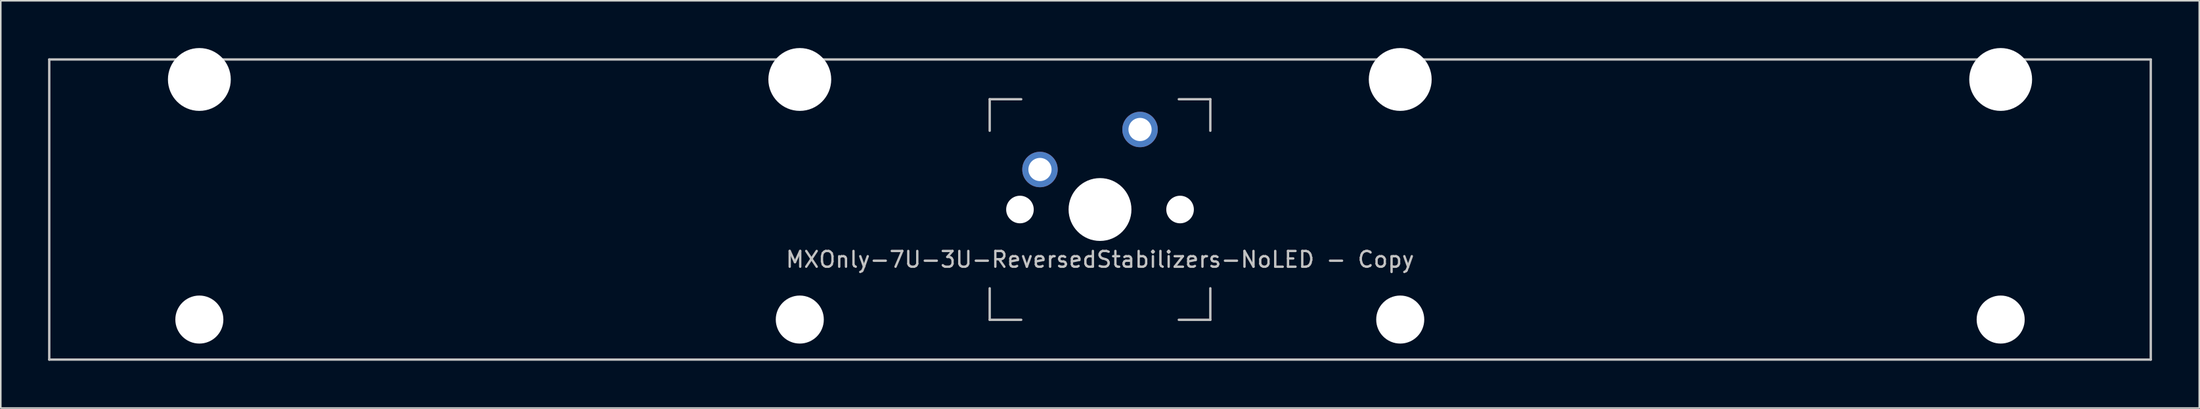
<source format=kicad_pcb>
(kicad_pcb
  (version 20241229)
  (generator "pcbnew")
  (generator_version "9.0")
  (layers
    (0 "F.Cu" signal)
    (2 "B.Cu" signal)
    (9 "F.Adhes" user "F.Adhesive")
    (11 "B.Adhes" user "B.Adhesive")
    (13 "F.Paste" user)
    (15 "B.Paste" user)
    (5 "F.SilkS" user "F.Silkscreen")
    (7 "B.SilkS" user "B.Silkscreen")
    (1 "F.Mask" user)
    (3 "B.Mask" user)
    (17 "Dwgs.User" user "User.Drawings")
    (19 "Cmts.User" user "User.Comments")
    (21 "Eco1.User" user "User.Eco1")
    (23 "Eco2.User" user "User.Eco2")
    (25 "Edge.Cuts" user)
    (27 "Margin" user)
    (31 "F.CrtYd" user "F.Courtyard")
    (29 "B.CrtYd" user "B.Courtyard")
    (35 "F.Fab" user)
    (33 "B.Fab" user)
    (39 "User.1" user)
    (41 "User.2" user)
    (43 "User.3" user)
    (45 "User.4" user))
  (footprint "MXOnly-7U-3U-ReversedStabilizers-NoLED - Copy"
    (layer "F.Cu")
    (at 66.75 10.249)
    (property "Reference" "MXOnly-7U-3U-ReversedStabilizers-NoLED - Copy" (at 0 3.175 0) (layer "Dwgs.User") (effects (font (size 1 1) (thickness 0.15))))
    (attr through_hole)
    (fp_line (start -66.675 -9.525) (end 66.675 -9.525) (stroke (width 0.15) (type solid)) (layer "Dwgs.User"))
    (fp_line (start -66.675 9.525) (end -66.675 -9.525) (stroke (width 0.15) (type solid)) (layer "Dwgs.User"))
    (fp_line (start -66.675 9.525) (end 66.675 9.525) (stroke (width 0.15) (type solid)) (layer "Dwgs.User"))
    (fp_line (start -7 -7) (end -7 -5) (stroke (width 0.15) (type solid)) (layer "Dwgs.User"))
    (fp_line (start -7 5) (end -7 7) (stroke (width 0.15) (type solid)) (layer "Dwgs.User"))
    (fp_line (start -7 7) (end -5 7) (stroke (width 0.15) (type solid)) (layer "Dwgs.User"))
    (fp_line (start -5 -7) (end -7 -7) (stroke (width 0.15) (type solid)) (layer "Dwgs.User"))
    (fp_line (start 5 -7) (end 7 -7) (stroke (width 0.15) (type solid)) (layer "Dwgs.User"))
    (fp_line (start 5 7) (end 7 7) (stroke (width 0.15) (type solid)) (layer "Dwgs.User"))
    (fp_line (start 7 -7) (end 7 -5) (stroke (width 0.15) (type solid)) (layer "Dwgs.User"))
    (fp_line (start 7 7) (end 7 5) (stroke (width 0.15) (type solid)) (layer "Dwgs.User"))
    (fp_line (start 66.675 -9.525) (end 66.675 9.525) (stroke (width 0.15) (type solid)) (layer "Dwgs.User"))
    (pad "" np_thru_hole circle (at -57.15 -8.255) (size 3.988 3.988) (drill 3.988) (layers "*.Cu" "*.Mask"))
    (pad "" np_thru_hole circle (at -57.15 6.985) (size 3.048 3.048) (drill 3.048) (layers "*.Cu" "*.Mask"))
    (pad "" np_thru_hole circle (at -19.05 -8.255) (size 3.988 3.988) (drill 3.988) (layers "*.Cu" "*.Mask"))
    (pad "" np_thru_hole circle (at -19.05 6.985) (size 3.048 3.048) (drill 3.048) (layers "*.Cu" "*.Mask"))
    (pad "" np_thru_hole circle (at -5.08 0 48.1) (size 1.75 1.75) (drill 1.75) (layers "*.Cu" "*.Mask"))
    (pad "" np_thru_hole circle (at 0 0) (size 3.988 3.988) (drill 3.988) (layers "*.Cu" "*.Mask"))
    (pad "" np_thru_hole circle (at 5.08 0 48.1) (size 1.75 1.75) (drill 1.75) (layers "*.Cu" "*.Mask"))
    (pad "" np_thru_hole circle (at 19.05 -8.255) (size 3.988 3.988) (drill 3.988) (layers "*.Cu" "*.Mask"))
    (pad "" np_thru_hole circle (at 19.05 6.985) (size 3.048 3.048) (drill 3.048) (layers "*.Cu" "*.Mask"))
    (pad "" np_thru_hole circle (at 57.15 -8.255) (size 3.988 3.988) (drill 3.988) (layers "*.Cu" "*.Mask"))
    (pad "" np_thru_hole circle (at 57.15 6.985) (size 3.048 3.048) (drill 3.048) (layers "*.Cu" "*.Mask"))
    (pad "1" thru_hole circle (at -3.81 -2.54) (size 2.25 2.25) (drill 1.47) (layers "*.Cu" "B.Mask"))
    (pad "2" thru_hole circle (at 2.54 -5.08) (size 2.25 2.25) (drill 1.47) (layers "*.Cu" "B.Mask")))
  (gr_rect
    (start -3 -3)
    (end 136.5 22.849)
    (stroke (width 0.1) (type default))
    (fill no)
    (layer "Edge.Cuts")))
</source>
